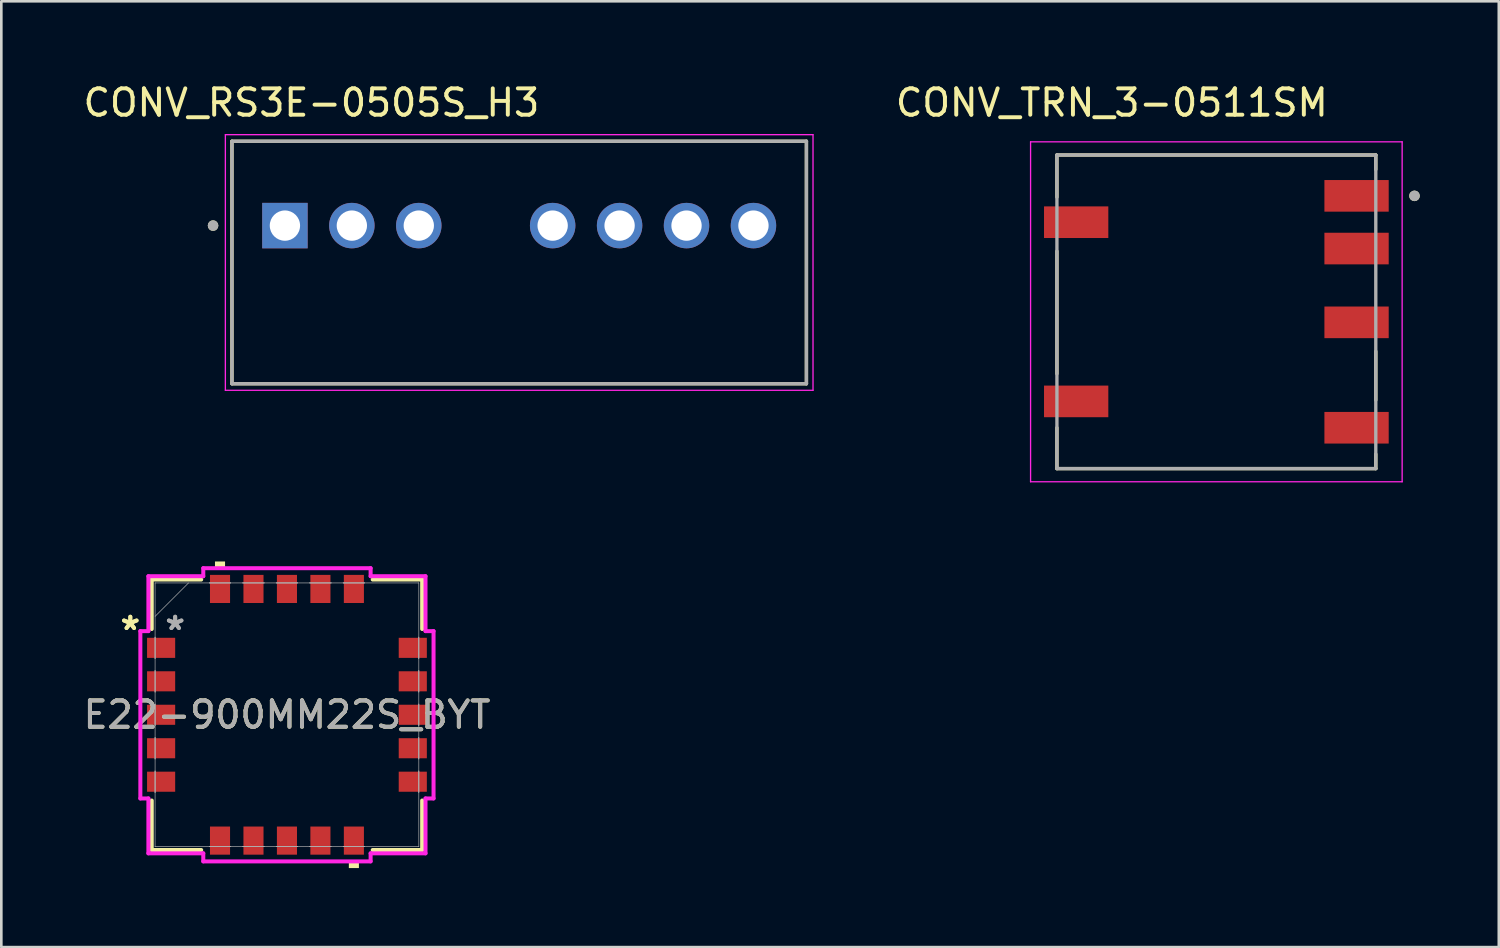
<source format=kicad_pcb>
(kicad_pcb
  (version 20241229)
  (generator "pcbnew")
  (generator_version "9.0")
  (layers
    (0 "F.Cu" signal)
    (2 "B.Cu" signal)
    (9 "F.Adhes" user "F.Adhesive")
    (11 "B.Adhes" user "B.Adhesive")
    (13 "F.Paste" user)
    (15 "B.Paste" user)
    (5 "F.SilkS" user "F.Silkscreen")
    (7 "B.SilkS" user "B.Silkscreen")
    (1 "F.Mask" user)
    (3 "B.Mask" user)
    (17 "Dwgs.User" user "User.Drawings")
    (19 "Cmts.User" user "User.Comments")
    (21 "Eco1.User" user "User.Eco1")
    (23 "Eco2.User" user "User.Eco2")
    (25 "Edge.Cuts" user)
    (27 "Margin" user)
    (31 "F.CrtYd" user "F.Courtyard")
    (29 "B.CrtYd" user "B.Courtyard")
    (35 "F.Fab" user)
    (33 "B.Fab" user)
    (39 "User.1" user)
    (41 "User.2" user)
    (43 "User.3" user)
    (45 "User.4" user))
  (footprint "CONV_TRN_3-0511SM"
    (layer "F.Cu")
    (at 43.108 8.782)
    (property "Reference" "CONV_TRN_3-0511SM" (at -3.966 -7.934 0) (layer "F.SilkS") (effects (font (size 1 1) (thickness 0.15))))
    (attr smd)
    (fp_line (start -6.05 -5.95) (end 6.05 -5.95) (stroke (width 0.127) (type solid)) (layer "F.SilkS"))
    (fp_line (start -6.05 -4.35) (end -6.05 -5.95) (stroke (width 0.127) (type solid)) (layer "F.SilkS"))
    (fp_line (start -6.05 -2.3) (end -6.05 2.35) (stroke (width 0.127) (type solid)) (layer "F.SilkS"))
    (fp_line (start -6.05 4.4) (end -6.05 5.95) (stroke (width 0.127) (type solid)) (layer "F.SilkS"))
    (fp_line (start -6.05 5.95) (end 6.05 5.95) (stroke (width 0.127) (type solid)) (layer "F.SilkS"))
    (fp_line (start 6.05 -5.95) (end 6.05 -5.4) (stroke (width 0.127) (type solid)) (layer "F.SilkS"))
    (fp_line (start 6.05 1.5) (end 6.05 3.35) (stroke (width 0.127) (type solid)) (layer "F.SilkS"))
    (fp_line (start 6.05 5.95) (end 6.05 5.4) (stroke (width 0.127) (type solid)) (layer "F.SilkS"))
    (fp_circle (center 7.518 -4.4) (end 7.618 -4.4) (stroke (width 0.2) (type solid)) (fill no) (layer "F.SilkS"))
    (fp_line (start -7.05 -6.45) (end -7.05 6.45) (stroke (width 0.05) (type solid)) (layer "F.CrtYd"))
    (fp_line (start -7.05 6.45) (end 7.05 6.45) (stroke (width 0.05) (type solid)) (layer "F.CrtYd"))
    (fp_line (start 7.05 -6.45) (end -7.05 -6.45) (stroke (width 0.05) (type solid)) (layer "F.CrtYd"))
    (fp_line (start 7.05 -6.45) (end 7.05 6.45) (stroke (width 0.05) (type solid)) (layer "F.CrtYd"))
    (fp_line (start -6.05 -5.95) (end -6.05 5.95) (stroke (width 0.127) (type solid)) (layer "F.Fab"))
    (fp_line (start -6.05 5.95) (end 6.05 5.95) (stroke (width 0.127) (type solid)) (layer "F.Fab"))
    (fp_line (start 6.05 -5.95) (end -6.05 -5.95) (stroke (width 0.127) (type solid)) (layer "F.Fab"))
    (fp_line (start 6.05 -5.95) (end 6.05 5.95) (stroke (width 0.127) (type solid)) (layer "F.Fab"))
    (fp_circle (center 7.518 -4.4) (end 7.618 -4.4) (stroke (width 0.2) (type solid)) (fill no) (layer "F.Fab"))
    (pad "1" smd rect (at 5.32 -4.4) (size 2.44 1.2) (layers "F.Cu" "F.Mask" "F.Paste"))
    (pad "2" smd rect (at 5.32 -2.4) (size 2.44 1.2) (layers "F.Cu" "F.Mask" "F.Paste"))
    (pad "3" smd rect (at 5.32 0.4) (size 2.44 1.2) (layers "F.Cu" "F.Mask" "F.Paste"))
    (pad "5" smd rect (at 5.32 4.4) (size 2.44 1.2) (layers "F.Cu" "F.Mask" "F.Paste"))
    (pad "6" smd rect (at -5.32 -3.4) (size 2.44 1.2) (layers "F.Cu" "F.Mask" "F.Paste"))
    (pad "7" smd rect (at -5.32 3.4) (size 2.44 1.2) (layers "F.Cu" "F.Mask" "F.Paste")))
  (footprint "CONV_RS3E-0505S_H3"
    (layer "F.Cu")
    (at 16.652 6.911)
    (property "Reference" "CONV_RS3E-0505S_H3" (at -7.884 -6.063 0) (layer "F.SilkS") (effects (font (size 1 1) (thickness 0.15))))
    (attr through_hole)
    (fp_line (start -10.9 -4.6) (end 10.9 -4.6) (stroke (width 0.127) (type solid)) (layer "F.SilkS"))
    (fp_line (start -10.9 4.6) (end -10.9 -4.6) (stroke (width 0.127) (type solid)) (layer "F.SilkS"))
    (fp_line (start 10.9 -4.6) (end 10.9 4.6) (stroke (width 0.127) (type solid)) (layer "F.SilkS"))
    (fp_line (start 10.9 4.6) (end -10.9 4.6) (stroke (width 0.127) (type solid)) (layer "F.SilkS"))
    (fp_circle (center -11.617 -1.4) (end -11.517 -1.4) (stroke (width 0.2) (type solid)) (fill no) (layer "F.SilkS"))
    (fp_line (start -11.15 -4.85) (end 11.15 -4.85) (stroke (width 0.05) (type solid)) (layer "F.CrtYd"))
    (fp_line (start -11.15 4.85) (end -11.15 -4.85) (stroke (width 0.05) (type solid)) (layer "F.CrtYd"))
    (fp_line (start 11.15 -4.85) (end 11.15 4.85) (stroke (width 0.05) (type solid)) (layer "F.CrtYd"))
    (fp_line (start 11.15 4.85) (end -11.15 4.85) (stroke (width 0.05) (type solid)) (layer "F.CrtYd"))
    (fp_line (start -10.9 -4.6) (end 10.9 -4.6) (stroke (width 0.127) (type solid)) (layer "F.Fab"))
    (fp_line (start -10.9 4.6) (end -10.9 -4.6) (stroke (width 0.127) (type solid)) (layer "F.Fab"))
    (fp_line (start 10.9 -4.6) (end 10.9 4.6) (stroke (width 0.127) (type solid)) (layer "F.Fab"))
    (fp_line (start 10.9 4.6) (end -10.9 4.6) (stroke (width 0.127) (type solid)) (layer "F.Fab"))
    (fp_circle (center -11.617 -1.4) (end -11.517 -1.4) (stroke (width 0.2) (type solid)) (fill no) (layer "F.Fab"))
    (pad "1" thru_hole rect (at -8.89 -1.4) (size 1.725 1.725) (drill 1.15) (layers "*.Cu" "*.Mask"))
    (pad "2" thru_hole circle (at -6.35 -1.4) (size 1.725 1.725) (drill 1.15) (layers "*.Cu" "*.Mask"))
    (pad "3" thru_hole circle (at -3.81 -1.4) (size 1.725 1.725) (drill 1.15) (layers "*.Cu" "*.Mask"))
    (pad "5" thru_hole circle (at 1.27 -1.4) (size 1.725 1.725) (drill 1.15) (layers "*.Cu" "*.Mask"))
    (pad "6" thru_hole circle (at 3.81 -1.4) (size 1.725 1.725) (drill 1.15) (layers "*.Cu" "*.Mask"))
    (pad "7" thru_hole circle (at 6.35 -1.4) (size 1.725 1.725) (drill 1.15) (layers "*.Cu" "*.Mask"))
    (pad "8" thru_hole circle (at 8.89 -1.4) (size 1.725 1.725) (drill 1.15) (layers "*.Cu" "*.Mask")))
  (footprint "E22-900MM22S_BYT"
    (layer "F.Cu")
    (at 7.839 24.074)
    (property "Reference" "E22-900MM22S_BYT" (at 0 0 0) (unlocked yes) (layer "F.SilkS") (effects (font (size 1 1) (thickness 0.15))))
    (attr smd)
    (fp_line (start -5.131 -5.131) (end -5.131 -3.254) (stroke (width 0.152) (type solid)) (layer "F.SilkS"))
    (fp_line (start -5.131 3.254) (end -5.131 5.131) (stroke (width 0.152) (type solid)) (layer "F.SilkS"))
    (fp_line (start -5.131 5.131) (end -3.254 5.131) (stroke (width 0.152) (type solid)) (layer "F.SilkS"))
    (fp_line (start -3.254 -5.131) (end -5.131 -5.131) (stroke (width 0.152) (type solid)) (layer "F.SilkS"))
    (fp_line (start 3.254 5.131) (end 5.131 5.131) (stroke (width 0.152) (type solid)) (layer "F.SilkS"))
    (fp_line (start 5.131 -5.131) (end 3.254 -5.131) (stroke (width 0.152) (type solid)) (layer "F.SilkS"))
    (fp_line (start 5.131 -3.254) (end 5.131 -5.131) (stroke (width 0.152) (type solid)) (layer "F.SilkS"))
    (fp_line (start 5.131 5.131) (end 5.131 3.254) (stroke (width 0.152) (type solid)) (layer "F.SilkS"))
    (fp_poly (pts (xy -2.731 -5.563) (xy -2.731 -5.817) (xy -2.349 -5.817) (xy -2.349 -5.563)) (stroke (width 0) (type solid)) (fill yes) (layer "F.SilkS"))
    (fp_poly (pts (xy 2.349 5.563) (xy 2.349 5.817) (xy 2.731 5.817) (xy 2.731 5.563)) (stroke (width 0) (type solid)) (fill yes) (layer "F.SilkS"))
    (fp_line (start -5.563 -3.175) (end -5.258 -3.175) (stroke (width 0.152) (type solid)) (layer "F.CrtYd"))
    (fp_line (start -5.563 3.175) (end -5.563 -3.175) (stroke (width 0.152) (type solid)) (layer "F.CrtYd"))
    (fp_line (start -5.258 -5.258) (end -3.175 -5.258) (stroke (width 0.152) (type solid)) (layer "F.CrtYd"))
    (fp_line (start -5.258 -3.175) (end -5.258 -5.258) (stroke (width 0.152) (type solid)) (layer "F.CrtYd"))
    (fp_line (start -5.258 3.175) (end -5.563 3.175) (stroke (width 0.152) (type solid)) (layer "F.CrtYd"))
    (fp_line (start -5.258 5.258) (end -5.258 3.175) (stroke (width 0.152) (type solid)) (layer "F.CrtYd"))
    (fp_line (start -3.175 -5.563) (end 3.175 -5.563) (stroke (width 0.152) (type solid)) (layer "F.CrtYd"))
    (fp_line (start -3.175 -5.258) (end -3.175 -5.563) (stroke (width 0.152) (type solid)) (layer "F.CrtYd"))
    (fp_line (start -3.175 5.258) (end -5.258 5.258) (stroke (width 0.152) (type solid)) (layer "F.CrtYd"))
    (fp_line (start -3.175 5.563) (end -3.175 5.258) (stroke (width 0.152) (type solid)) (layer "F.CrtYd"))
    (fp_line (start 3.175 -5.563) (end 3.175 -5.258) (stroke (width 0.152) (type solid)) (layer "F.CrtYd"))
    (fp_line (start 3.175 -5.258) (end 5.258 -5.258) (stroke (width 0.152) (type solid)) (layer "F.CrtYd"))
    (fp_line (start 3.175 5.258) (end 3.175 5.563) (stroke (width 0.152) (type solid)) (layer "F.CrtYd"))
    (fp_line (start 3.175 5.563) (end -3.175 5.563) (stroke (width 0.152) (type solid)) (layer "F.CrtYd"))
    (fp_line (start 5.258 -5.258) (end 5.258 -3.175) (stroke (width 0.152) (type solid)) (layer "F.CrtYd"))
    (fp_line (start 5.258 -3.175) (end 5.563 -3.175) (stroke (width 0.152) (type solid)) (layer "F.CrtYd"))
    (fp_line (start 5.258 3.175) (end 5.258 5.258) (stroke (width 0.152) (type solid)) (layer "F.CrtYd"))
    (fp_line (start 5.258 5.258) (end 3.175 5.258) (stroke (width 0.152) (type solid)) (layer "F.CrtYd"))
    (fp_line (start 5.563 -3.175) (end 5.563 3.175) (stroke (width 0.152) (type solid)) (layer "F.CrtYd"))
    (fp_line (start 5.563 3.175) (end 5.258 3.175) (stroke (width 0.152) (type solid)) (layer "F.CrtYd"))
    (fp_line (start -5.004 -5.004) (end -5.004 -5.004) (stroke (width 0.025) (type solid)) (layer "F.Fab"))
    (fp_line (start -5.004 -5.004) (end -5.004 5.004) (stroke (width 0.025) (type solid)) (layer "F.Fab"))
    (fp_line (start -5.004 -3.734) (end -3.734 -5.004) (stroke (width 0.025) (type solid)) (layer "F.Fab"))
    (fp_line (start -5.004 -2.946) (end -5.004 -2.946) (stroke (width 0.025) (type solid)) (layer "F.Fab"))
    (fp_line (start -5.004 -2.946) (end -5.004 -2.134) (stroke (width 0.025) (type solid)) (layer "F.Fab"))
    (fp_line (start -5.004 -2.134) (end -5.004 -2.946) (stroke (width 0.025) (type solid)) (layer "F.Fab"))
    (fp_line (start -5.004 -2.134) (end -5.004 -2.134) (stroke (width 0.025) (type solid)) (layer "F.Fab"))
    (fp_line (start -5.004 -1.676) (end -5.004 -1.676) (stroke (width 0.025) (type solid)) (layer "F.Fab"))
    (fp_line (start -5.004 -1.676) (end -5.004 -0.864) (stroke (width 0.025) (type solid)) (layer "F.Fab"))
    (fp_line (start -5.004 -0.864) (end -5.004 -1.676) (stroke (width 0.025) (type solid)) (layer "F.Fab"))
    (fp_line (start -5.004 -0.864) (end -5.004 -0.864) (stroke (width 0.025) (type solid)) (layer "F.Fab"))
    (fp_line (start -5.004 -0.406) (end -5.004 -0.406) (stroke (width 0.025) (type solid)) (layer "F.Fab"))
    (fp_line (start -5.004 -0.406) (end -5.004 0.406) (stroke (width 0.025) (type solid)) (layer "F.Fab"))
    (fp_line (start -5.004 0.406) (end -5.004 -0.406) (stroke (width 0.025) (type solid)) (layer "F.Fab"))
    (fp_line (start -5.004 0.406) (end -5.004 0.406) (stroke (width 0.025) (type solid)) (layer "F.Fab"))
    (fp_line (start -5.004 0.864) (end -5.004 0.864) (stroke (width 0.025) (type solid)) (layer "F.Fab"))
    (fp_line (start -5.004 0.864) (end -5.004 1.676) (stroke (width 0.025) (type solid)) (layer "F.Fab"))
    (fp_line (start -5.004 1.676) (end -5.004 0.864) (stroke (width 0.025) (type solid)) (layer "F.Fab"))
    (fp_line (start -5.004 1.676) (end -5.004 1.676) (stroke (width 0.025) (type solid)) (layer "F.Fab"))
    (fp_line (start -5.004 2.134) (end -5.004 2.134) (stroke (width 0.025) (type solid)) (layer "F.Fab"))
    (fp_line (start -5.004 2.134) (end -5.004 2.946) (stroke (width 0.025) (type solid)) (layer "F.Fab"))
    (fp_line (start -5.004 2.946) (end -5.004 2.134) (stroke (width 0.025) (type solid)) (layer "F.Fab"))
    (fp_line (start -5.004 2.946) (end -5.004 2.946) (stroke (width 0.025) (type solid)) (layer "F.Fab"))
    (fp_line (start -5.004 5.004) (end -5.004 5.004) (stroke (width 0.025) (type solid)) (layer "F.Fab"))
    (fp_line (start -5.004 5.004) (end 5.004 5.004) (stroke (width 0.025) (type solid)) (layer "F.Fab"))
    (fp_line (start -2.946 -5.004) (end -2.946 -5.004) (stroke (width 0.025) (type solid)) (layer "F.Fab"))
    (fp_line (start -2.946 -5.004) (end -2.134 -5.004) (stroke (width 0.025) (type solid)) (layer "F.Fab"))
    (fp_line (start -2.946 5.004) (end -2.946 5.004) (stroke (width 0.025) (type solid)) (layer "F.Fab"))
    (fp_line (start -2.946 5.004) (end -2.134 5.004) (stroke (width 0.025) (type solid)) (layer "F.Fab"))
    (fp_line (start -2.134 -5.004) (end -2.946 -5.004) (stroke (width 0.025) (type solid)) (layer "F.Fab"))
    (fp_line (start -2.134 -5.004) (end -2.134 -5.004) (stroke (width 0.025) (type solid)) (layer "F.Fab"))
    (fp_line (start -2.134 5.004) (end -2.946 5.004) (stroke (width 0.025) (type solid)) (layer "F.Fab"))
    (fp_line (start -2.134 5.004) (end -2.134 5.004) (stroke (width 0.025) (type solid)) (layer "F.Fab"))
    (fp_line (start -1.676 -5.004) (end -1.676 -5.004) (stroke (width 0.025) (type solid)) (layer "F.Fab"))
    (fp_line (start -1.676 -5.004) (end -0.864 -5.004) (stroke (width 0.025) (type solid)) (layer "F.Fab"))
    (fp_line (start -1.676 5.004) (end -1.676 5.004) (stroke (width 0.025) (type solid)) (layer "F.Fab"))
    (fp_line (start -1.676 5.004) (end -0.864 5.004) (stroke (width 0.025) (type solid)) (layer "F.Fab"))
    (fp_line (start -0.864 -5.004) (end -1.676 -5.004) (stroke (width 0.025) (type solid)) (layer "F.Fab"))
    (fp_line (start -0.864 -5.004) (end -0.864 -5.004) (stroke (width 0.025) (type solid)) (layer "F.Fab"))
    (fp_line (start -0.864 5.004) (end -1.676 5.004) (stroke (width 0.025) (type solid)) (layer "F.Fab"))
    (fp_line (start -0.864 5.004) (end -0.864 5.004) (stroke (width 0.025) (type solid)) (layer "F.Fab"))
    (fp_line (start -0.406 -5.004) (end -0.406 -5.004) (stroke (width 0.025) (type solid)) (layer "F.Fab"))
    (fp_line (start -0.406 -5.004) (end 0.406 -5.004) (stroke (width 0.025) (type solid)) (layer "F.Fab"))
    (fp_line (start -0.406 5.004) (end -0.406 5.004) (stroke (width 0.025) (type solid)) (layer "F.Fab"))
    (fp_line (start -0.406 5.004) (end 0.406 5.004) (stroke (width 0.025) (type solid)) (layer "F.Fab"))
    (fp_line (start 0.406 -5.004) (end -0.406 -5.004) (stroke (width 0.025) (type solid)) (layer "F.Fab"))
    (fp_line (start 0.406 -5.004) (end 0.406 -5.004) (stroke (width 0.025) (type solid)) (layer "F.Fab"))
    (fp_line (start 0.406 5.004) (end -0.406 5.004) (stroke (width 0.025) (type solid)) (layer "F.Fab"))
    (fp_line (start 0.406 5.004) (end 0.406 5.004) (stroke (width 0.025) (type solid)) (layer "F.Fab"))
    (fp_line (start 0.864 -5.004) (end 0.864 -5.004) (stroke (width 0.025) (type solid)) (layer "F.Fab"))
    (fp_line (start 0.864 -5.004) (end 1.676 -5.004) (stroke (width 0.025) (type solid)) (layer "F.Fab"))
    (fp_line (start 0.864 5.004) (end 0.864 5.004) (stroke (width 0.025) (type solid)) (layer "F.Fab"))
    (fp_line (start 0.864 5.004) (end 1.676 5.004) (stroke (width 0.025) (type solid)) (layer "F.Fab"))
    (fp_line (start 1.676 -5.004) (end 0.864 -5.004) (stroke (width 0.025) (type solid)) (layer "F.Fab"))
    (fp_line (start 1.676 -5.004) (end 1.676 -5.004) (stroke (width 0.025) (type solid)) (layer "F.Fab"))
    (fp_line (start 1.676 5.004) (end 0.864 5.004) (stroke (width 0.025) (type solid)) (layer "F.Fab"))
    (fp_line (start 1.676 5.004) (end 1.676 5.004) (stroke (width 0.025) (type solid)) (layer "F.Fab"))
    (fp_line (start 2.134 -5.004) (end 2.134 -5.004) (stroke (width 0.025) (type solid)) (layer "F.Fab"))
    (fp_line (start 2.134 -5.004) (end 2.946 -5.004) (stroke (width 0.025) (type solid)) (layer "F.Fab"))
    (fp_line (start 2.134 5.004) (end 2.134 5.004) (stroke (width 0.025) (type solid)) (layer "F.Fab"))
    (fp_line (start 2.134 5.004) (end 2.946 5.004) (stroke (width 0.025) (type solid)) (layer "F.Fab"))
    (fp_line (start 2.946 -5.004) (end 2.134 -5.004) (stroke (width 0.025) (type solid)) (layer "F.Fab"))
    (fp_line (start 2.946 -5.004) (end 2.946 -5.004) (stroke (width 0.025) (type solid)) (layer "F.Fab"))
    (fp_line (start 2.946 5.004) (end 2.134 5.004) (stroke (width 0.025) (type solid)) (layer "F.Fab"))
    (fp_line (start 2.946 5.004) (end 2.946 5.004) (stroke (width 0.025) (type solid)) (layer "F.Fab"))
    (fp_line (start 5.004 -5.004) (end -5.004 -5.004) (stroke (width 0.025) (type solid)) (layer "F.Fab"))
    (fp_line (start 5.004 -5.004) (end 5.004 -5.004) (stroke (width 0.025) (type solid)) (layer "F.Fab"))
    (fp_line (start 5.004 -2.946) (end 5.004 -2.946) (stroke (width 0.025) (type solid)) (layer "F.Fab"))
    (fp_line (start 5.004 -2.946) (end 5.004 -2.134) (stroke (width 0.025) (type solid)) (layer "F.Fab"))
    (fp_line (start 5.004 -2.134) (end 5.004 -2.946) (stroke (width 0.025) (type solid)) (layer "F.Fab"))
    (fp_line (start 5.004 -2.134) (end 5.004 -2.134) (stroke (width 0.025) (type solid)) (layer "F.Fab"))
    (fp_line (start 5.004 -1.676) (end 5.004 -1.676) (stroke (width 0.025) (type solid)) (layer "F.Fab"))
    (fp_line (start 5.004 -1.676) (end 5.004 -0.864) (stroke (width 0.025) (type solid)) (layer "F.Fab"))
    (fp_line (start 5.004 -0.864) (end 5.004 -1.676) (stroke (width 0.025) (type solid)) (layer "F.Fab"))
    (fp_line (start 5.004 -0.864) (end 5.004 -0.864) (stroke (width 0.025) (type solid)) (layer "F.Fab"))
    (fp_line (start 5.004 -0.406) (end 5.004 -0.406) (stroke (width 0.025) (type solid)) (layer "F.Fab"))
    (fp_line (start 5.004 -0.406) (end 5.004 0.406) (stroke (width 0.025) (type solid)) (layer "F.Fab"))
    (fp_line (start 5.004 0.406) (end 5.004 -0.406) (stroke (width 0.025) (type solid)) (layer "F.Fab"))
    (fp_line (start 5.004 0.406) (end 5.004 0.406) (stroke (width 0.025) (type solid)) (layer "F.Fab"))
    (fp_line (start 5.004 0.864) (end 5.004 0.864) (stroke (width 0.025) (type solid)) (layer "F.Fab"))
    (fp_line (start 5.004 0.864) (end 5.004 1.676) (stroke (width 0.025) (type solid)) (layer "F.Fab"))
    (fp_line (start 5.004 1.676) (end 5.004 0.864) (stroke (width 0.025) (type solid)) (layer "F.Fab"))
    (fp_line (start 5.004 1.676) (end 5.004 1.676) (stroke (width 0.025) (type solid)) (layer "F.Fab"))
    (fp_line (start 5.004 2.134) (end 5.004 2.134) (stroke (width 0.025) (type solid)) (layer "F.Fab"))
    (fp_line (start 5.004 2.134) (end 5.004 2.946) (stroke (width 0.025) (type solid)) (layer "F.Fab"))
    (fp_line (start 5.004 2.946) (end 5.004 2.134) (stroke (width 0.025) (type solid)) (layer "F.Fab"))
    (fp_line (start 5.004 2.946) (end 5.004 2.946) (stroke (width 0.025) (type solid)) (layer "F.Fab"))
    (fp_line (start 5.004 5.004) (end 5.004 -5.004) (stroke (width 0.025) (type solid)) (layer "F.Fab"))
    (fp_line (start 5.004 5.004) (end 5.004 5.004) (stroke (width 0.025) (type solid)) (layer "F.Fab"))
    (fp_text user "*" (at -5.944 -3.175 0) (unlocked yes) (layer "F.SilkS") (effects (font (size 1 1) (thickness 0.15))))
    (fp_text user "*" (at -5.944 -3.175 0) (layer "F.SilkS") (effects (font (size 1 1) (thickness 0.15))))
    (fp_text user "${REFERENCE}" (at 0 0 0) (unlocked yes) (layer "F.Fab") (effects (font (size 1 1) (thickness 0.15))))
    (fp_text user "*" (at -4.242 -3.175 0) (layer "F.Fab") (effects (font (size 1 1) (thickness 0.15))))
    (fp_text user "*" (at -4.242 -3.175 0) (unlocked yes) (layer "F.Fab") (effects (font (size 1 1) (thickness 0.15))))
    (pad "1" smd rect (at -4.775 -2.54 90) (size 0.762 1.067) (layers "F.Cu" "F.Mask" "F.Paste"))
    (pad "2" smd rect (at -4.775 -1.27 90) (size 0.762 1.067) (layers "F.Cu" "F.Mask" "F.Paste"))
    (pad "3" smd rect (at -4.775 0 90) (size 0.762 1.067) (layers "F.Cu" "F.Mask" "F.Paste"))
    (pad "4" smd rect (at -4.775 1.27 90) (size 0.762 1.067) (layers "F.Cu" "F.Mask" "F.Paste"))
    (pad "5" smd rect (at -4.775 2.54 90) (size 0.762 1.067) (layers "F.Cu" "F.Mask" "F.Paste"))
    (pad "6" smd rect (at -2.54 4.775) (size 0.762 1.067) (layers "F.Cu" "F.Mask" "F.Paste"))
    (pad "7" smd rect (at -1.27 4.775) (size 0.762 1.067) (layers "F.Cu" "F.Mask" "F.Paste"))
    (pad "8" smd rect (at 0 4.775) (size 0.762 1.067) (layers "F.Cu" "F.Mask" "F.Paste"))
    (pad "9" smd rect (at 1.27 4.775) (size 0.762 1.067) (layers "F.Cu" "F.Mask" "F.Paste"))
    (pad "10" smd rect (at 2.54 4.775) (size 0.762 1.067) (layers "F.Cu" "F.Mask" "F.Paste"))
    (pad "11" smd rect (at 4.775 2.54 90) (size 0.762 1.067) (layers "F.Cu" "F.Mask" "F.Paste"))
    (pad "12" smd rect (at 4.775 1.27 90) (size 0.762 1.067) (layers "F.Cu" "F.Mask" "F.Paste"))
    (pad "13" smd rect (at 4.775 0 90) (size 0.762 1.067) (layers "F.Cu" "F.Mask" "F.Paste"))
    (pad "14" smd rect (at 4.775 -1.27 90) (size 0.762 1.067) (layers "F.Cu" "F.Mask" "F.Paste"))
    (pad "15" smd rect (at 4.775 -2.54 90) (size 0.762 1.067) (layers "F.Cu" "F.Mask" "F.Paste"))
    (pad "16" smd rect (at 2.54 -4.775) (size 0.762 1.067) (layers "F.Cu" "F.Mask" "F.Paste"))
    (pad "17" smd rect (at 1.27 -4.775) (size 0.762 1.067) (layers "F.Cu" "F.Mask" "F.Paste"))
    (pad "18" smd rect (at 0 -4.775) (size 0.762 1.067) (layers "F.Cu" "F.Mask" "F.Paste"))
    (pad "19" smd rect (at -1.27 -4.775) (size 0.762 1.067) (layers "F.Cu" "F.Mask" "F.Paste"))
    (pad "20" smd rect (at -2.54 -4.775) (size 0.762 1.067) (layers "F.Cu" "F.Mask" "F.Paste")))
  (gr_rect
    (start -3 -3)
    (end 53.826 32.89)
    (stroke (width 0.1) (type default))
    (fill no)
    (layer "Edge.Cuts")))
</source>
